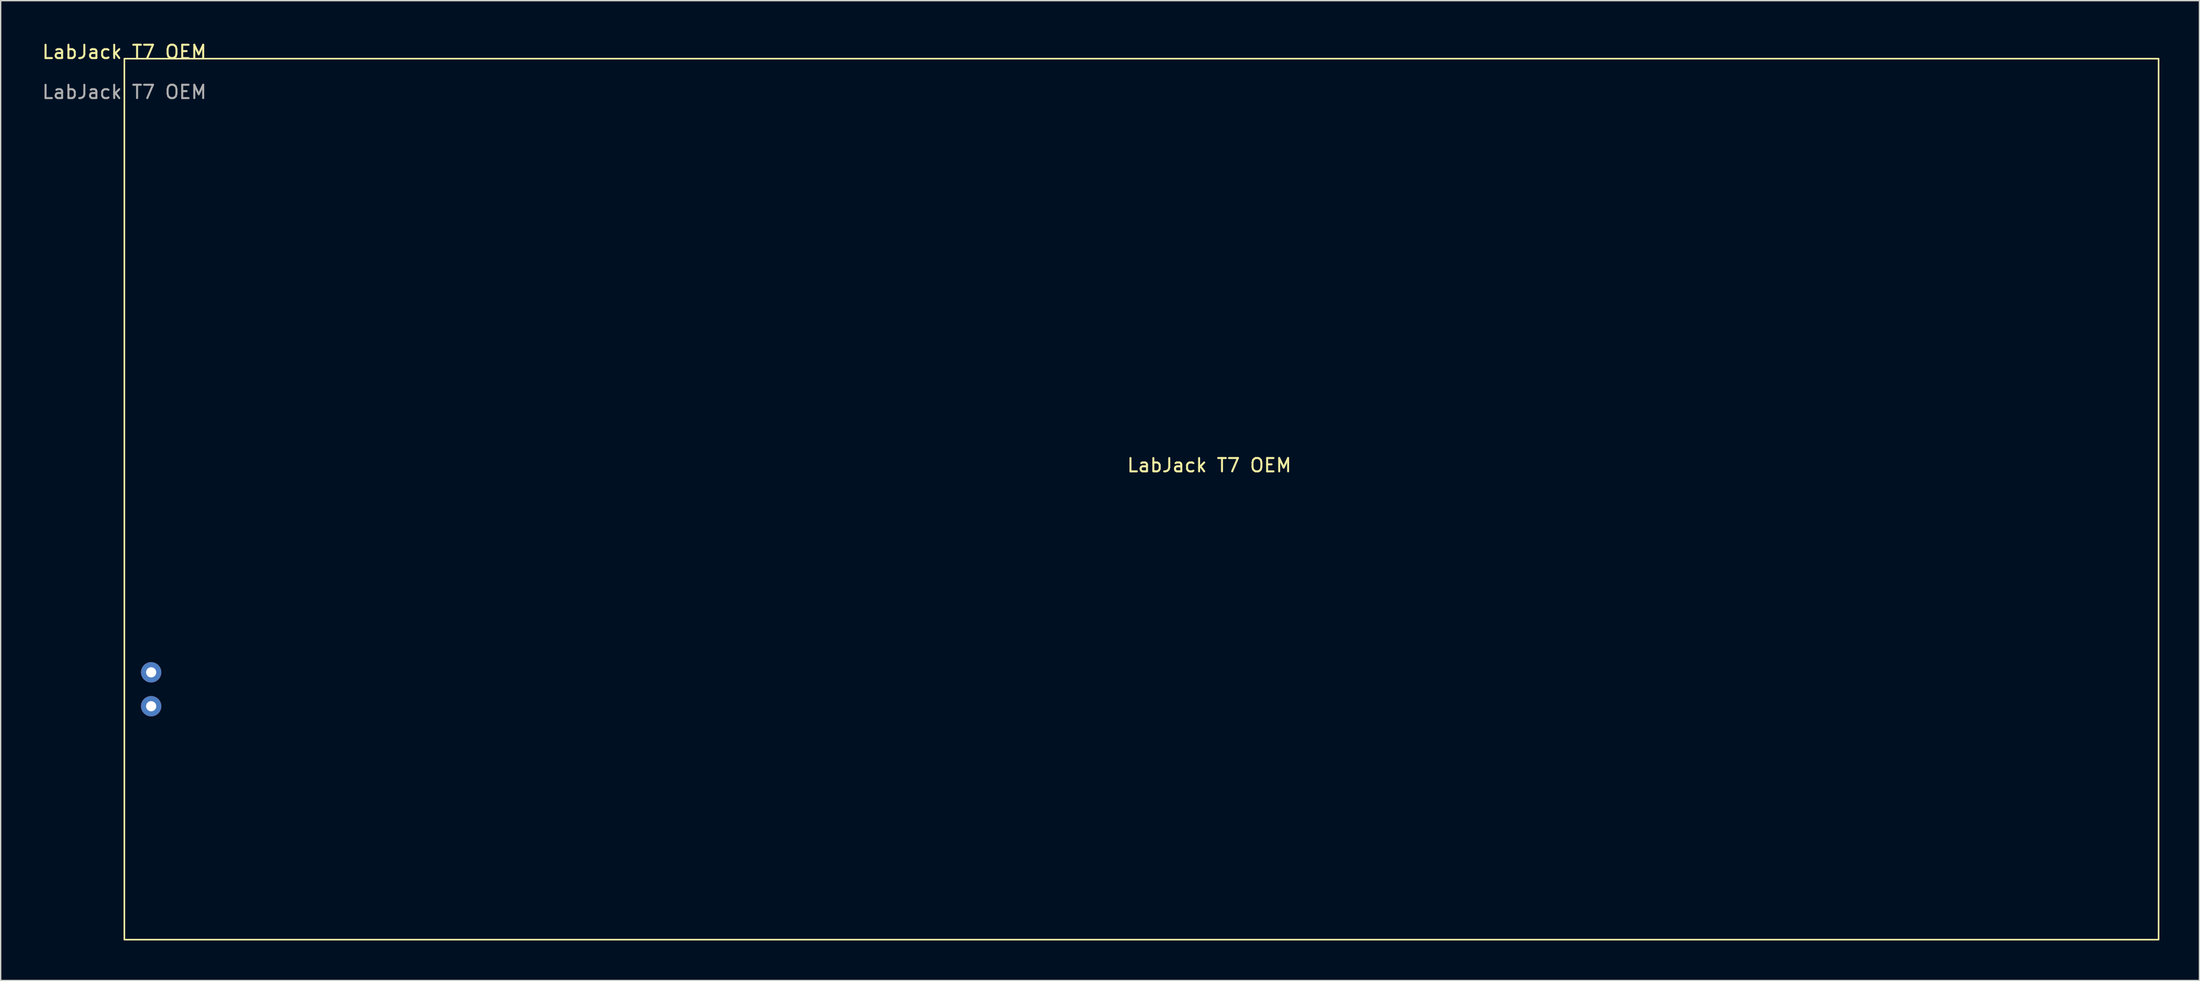
<source format=kicad_pcb>
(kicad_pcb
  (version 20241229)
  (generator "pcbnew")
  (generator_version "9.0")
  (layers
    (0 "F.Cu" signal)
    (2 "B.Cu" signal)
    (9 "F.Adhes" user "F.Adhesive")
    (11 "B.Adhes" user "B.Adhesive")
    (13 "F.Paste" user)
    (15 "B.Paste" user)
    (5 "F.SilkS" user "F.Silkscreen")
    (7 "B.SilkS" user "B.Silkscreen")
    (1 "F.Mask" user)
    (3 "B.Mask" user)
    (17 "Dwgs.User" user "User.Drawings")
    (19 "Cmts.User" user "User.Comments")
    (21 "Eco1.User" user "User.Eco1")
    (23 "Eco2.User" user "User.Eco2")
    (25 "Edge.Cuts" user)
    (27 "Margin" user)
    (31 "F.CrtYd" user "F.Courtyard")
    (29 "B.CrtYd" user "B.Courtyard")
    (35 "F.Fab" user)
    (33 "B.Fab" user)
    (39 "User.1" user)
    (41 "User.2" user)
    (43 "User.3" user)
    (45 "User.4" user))
  (footprint "LabJack T7 OEM"
    (layer "F.Cu")
    (at 6.268 1.348)
    (property "Reference" "LabJack T7 OEM" (at 0 -0.5 0) (unlocked yes) (layer "F.SilkS") (effects (font (size 1 1) (thickness 0.15))))
    (attr through_hole)
    (fp_rect (start 0 66.04) (end 152.4 0) (stroke (width 0.12) (type solid)) (fill no) (layer "F.SilkS"))
    (fp_text user "LabJack T7 OEM" (at 81.28 30.48 0) (unlocked yes) (layer "F.SilkS") (effects (font (size 1 1) (thickness 0.15))))
    (fp_text user "${REFERENCE}" (at 0 2.5 0) (unlocked yes) (layer "F.Fab") (effects (font (size 1 1) (thickness 0.15))))
    (pad "1" thru_hole circle (at 2.007 45.999) (size 1.524 1.524) (drill 0.762) (layers "*.Cu" "*.Mask"))
    (pad "2" thru_hole circle (at 2.007 48.539) (size 1.524 1.524) (drill 0.762) (layers "*.Cu" "*.Mask")))
  (gr_rect
    (start -3 -3)
    (end 161.728 70.448)
    (stroke (width 0.1) (type default))
    (fill no)
    (layer "Edge.Cuts")))
</source>
